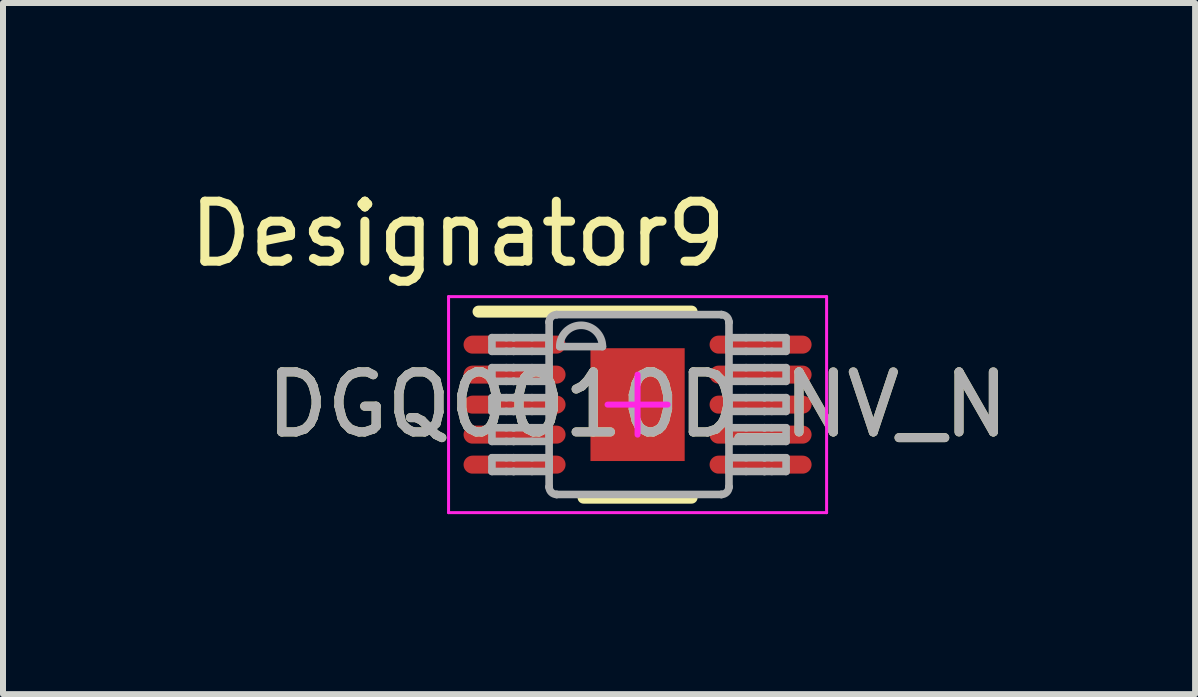
<source format=kicad_pcb>
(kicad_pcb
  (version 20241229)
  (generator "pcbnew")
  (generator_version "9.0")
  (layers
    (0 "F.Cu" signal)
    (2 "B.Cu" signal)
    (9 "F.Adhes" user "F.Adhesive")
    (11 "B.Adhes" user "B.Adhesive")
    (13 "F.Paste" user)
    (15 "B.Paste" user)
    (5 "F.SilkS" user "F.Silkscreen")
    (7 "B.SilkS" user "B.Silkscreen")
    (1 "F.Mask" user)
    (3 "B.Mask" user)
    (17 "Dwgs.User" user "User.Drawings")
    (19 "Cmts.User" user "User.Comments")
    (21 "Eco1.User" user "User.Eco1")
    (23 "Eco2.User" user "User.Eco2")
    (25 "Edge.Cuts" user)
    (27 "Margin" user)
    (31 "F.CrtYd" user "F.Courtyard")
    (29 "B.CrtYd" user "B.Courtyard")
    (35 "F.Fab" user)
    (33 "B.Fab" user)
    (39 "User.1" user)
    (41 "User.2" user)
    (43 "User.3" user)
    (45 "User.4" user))
  (footprint "DGQ0010D_NV_N"
    (layer "F.Cu")
    (at 7.575 3.693)
    (property "Reference" "DGQ0010D_NV_N" (at 0 0 0) (unlocked yes) (layer "F.SilkS") (effects (font (size 1 1) (thickness 0.15))))
    (attr smd)
    (fp_line (start -2.65 -1.55) (end 0.9 -1.55) (stroke (width 0.2) (type solid)) (layer "F.SilkS"))
    (fp_line (start -0.9 1.55) (end 0.9 1.55) (stroke (width 0.2) (type solid)) (layer "F.SilkS"))
    (fp_line (start -3.15 -1.8) (end 3.15 -1.8) (stroke (width 0.05) (type solid)) (layer "F.CrtYd"))
    (fp_line (start -3.15 1.8) (end -3.15 -1.8) (stroke (width 0.05) (type solid)) (layer "F.CrtYd"))
    (fp_line (start -3.15 1.8) (end 3.15 1.8) (stroke (width 0.05) (type solid)) (layer "F.CrtYd"))
    (fp_line (start -0.5 0) (end 0.5 0) (stroke (width 0.1) (type solid)) (layer "F.CrtYd"))
    (fp_line (start 0.000003 0.5) (end 0.000003 -0.5) (stroke (width 0.1) (type solid)) (layer "F.CrtYd"))
    (fp_line (start 3.15 1.8) (end 3.15 -1.8) (stroke (width 0.05) (type solid)) (layer "F.CrtYd"))
    (fp_line (start -2.427 -1.116) (end -2.187 -1.116) (stroke (width 0.127) (type solid)) (layer "F.Fab"))
    (fp_line (start -2.427 -0.888) (end -2.427 -1.116) (stroke (width 0.127) (type solid)) (layer "F.Fab"))
    (fp_line (start -2.427 -0.888) (end -2.187 -0.888) (stroke (width 0.127) (type solid)) (layer "F.Fab"))
    (fp_line (start -2.427 -0.616) (end -2.187 -0.616) (stroke (width 0.127) (type solid)) (layer "F.Fab"))
    (fp_line (start -2.427 -0.388) (end -2.427 -0.616) (stroke (width 0.127) (type solid)) (layer "F.Fab"))
    (fp_line (start -2.427 -0.388) (end -2.187 -0.388) (stroke (width 0.127) (type solid)) (layer "F.Fab"))
    (fp_line (start -2.427 -0.116) (end -2.187 -0.116) (stroke (width 0.127) (type solid)) (layer "F.Fab"))
    (fp_line (start -2.427 0.113) (end -2.427 -0.116) (stroke (width 0.127) (type solid)) (layer "F.Fab"))
    (fp_line (start -2.427 0.113) (end -2.187 0.113) (stroke (width 0.127) (type solid)) (layer "F.Fab"))
    (fp_line (start -2.427 0.385) (end -2.187 0.385) (stroke (width 0.127) (type solid)) (layer "F.Fab"))
    (fp_line (start -2.427 0.613) (end -2.427 0.385) (stroke (width 0.127) (type solid)) (layer "F.Fab"))
    (fp_line (start -2.427 0.613) (end -2.187 0.613) (stroke (width 0.127) (type solid)) (layer "F.Fab"))
    (fp_line (start -2.427 0.885) (end -2.187 0.885) (stroke (width 0.127) (type solid)) (layer "F.Fab"))
    (fp_line (start -2.427 1.114) (end -2.427 0.885) (stroke (width 0.127) (type solid)) (layer "F.Fab"))
    (fp_line (start -2.427 1.114) (end -2.187 1.114) (stroke (width 0.127) (type solid)) (layer "F.Fab"))
    (fp_line (start -2.187 -1.116) (end -2.067 -1.116) (stroke (width 0.127) (type solid)) (layer "F.Fab"))
    (fp_line (start -2.187 -0.888) (end -2.067 -0.888) (stroke (width 0.127) (type solid)) (layer "F.Fab"))
    (fp_line (start -2.187 -0.616) (end -2.067 -0.616) (stroke (width 0.127) (type solid)) (layer "F.Fab"))
    (fp_line (start -2.187 -0.388) (end -2.067 -0.388) (stroke (width 0.127) (type solid)) (layer "F.Fab"))
    (fp_line (start -2.187 -0.116) (end -2.067 -0.116) (stroke (width 0.127) (type solid)) (layer "F.Fab"))
    (fp_line (start -2.187 0.113) (end -2.067 0.113) (stroke (width 0.127) (type solid)) (layer "F.Fab"))
    (fp_line (start -2.187 0.385) (end -2.067 0.385) (stroke (width 0.127) (type solid)) (layer "F.Fab"))
    (fp_line (start -2.187 0.613) (end -2.067 0.613) (stroke (width 0.127) (type solid)) (layer "F.Fab"))
    (fp_line (start -2.187 0.885) (end -2.067 0.885) (stroke (width 0.127) (type solid)) (layer "F.Fab"))
    (fp_line (start -2.187 1.114) (end -2.067 1.114) (stroke (width 0.127) (type solid)) (layer "F.Fab"))
    (fp_line (start -2.067 -1.116) (end -2.064 -1.116) (stroke (width 0.127) (type solid)) (layer "F.Fab"))
    (fp_line (start -2.067 -0.888) (end -2.064 -0.888) (stroke (width 0.127) (type solid)) (layer "F.Fab"))
    (fp_line (start -2.067 -0.616) (end -2.064 -0.616) (stroke (width 0.127) (type solid)) (layer "F.Fab"))
    (fp_line (start -2.067 -0.388) (end -2.064 -0.388) (stroke (width 0.127) (type solid)) (layer "F.Fab"))
    (fp_line (start -2.067 -0.116) (end -2.064 -0.116) (stroke (width 0.127) (type solid)) (layer "F.Fab"))
    (fp_line (start -2.067 0.113) (end -2.064 0.113) (stroke (width 0.127) (type solid)) (layer "F.Fab"))
    (fp_line (start -2.067 0.385) (end -2.064 0.385) (stroke (width 0.127) (type solid)) (layer "F.Fab"))
    (fp_line (start -2.067 0.613) (end -2.064 0.613) (stroke (width 0.127) (type solid)) (layer "F.Fab"))
    (fp_line (start -2.067 0.885) (end -2.064 0.885) (stroke (width 0.127) (type solid)) (layer "F.Fab"))
    (fp_line (start -2.067 1.114) (end -2.064 1.114) (stroke (width 0.127) (type solid)) (layer "F.Fab"))
    (fp_line (start -2.064 -1.116) (end -1.76 -1.116) (stroke (width 0.127) (type solid)) (layer "F.Fab"))
    (fp_line (start -2.064 -0.888) (end -1.76 -0.888) (stroke (width 0.127) (type solid)) (layer "F.Fab"))
    (fp_line (start -2.064 -0.616) (end -1.76 -0.616) (stroke (width 0.127) (type solid)) (layer "F.Fab"))
    (fp_line (start -2.064 -0.388) (end -1.76 -0.388) (stroke (width 0.127) (type solid)) (layer "F.Fab"))
    (fp_line (start -2.064 -0.116) (end -1.76 -0.116) (stroke (width 0.127) (type solid)) (layer "F.Fab"))
    (fp_line (start -2.064 0.113) (end -1.76 0.113) (stroke (width 0.127) (type solid)) (layer "F.Fab"))
    (fp_line (start -2.064 0.385) (end -1.76 0.385) (stroke (width 0.127) (type solid)) (layer "F.Fab"))
    (fp_line (start -2.064 0.613) (end -1.76 0.613) (stroke (width 0.127) (type solid)) (layer "F.Fab"))
    (fp_line (start -2.064 0.885) (end -1.76 0.885) (stroke (width 0.127) (type solid)) (layer "F.Fab"))
    (fp_line (start -2.064 1.114) (end -1.76 1.114) (stroke (width 0.127) (type solid)) (layer "F.Fab"))
    (fp_line (start -1.76 -1.116) (end -1.474 -1.116) (stroke (width 0.127) (type solid)) (layer "F.Fab"))
    (fp_line (start -1.76 -0.888) (end -1.474 -0.888) (stroke (width 0.127) (type solid)) (layer "F.Fab"))
    (fp_line (start -1.76 -0.616) (end -1.474 -0.616) (stroke (width 0.127) (type solid)) (layer "F.Fab"))
    (fp_line (start -1.76 -0.388) (end -1.474 -0.388) (stroke (width 0.127) (type solid)) (layer "F.Fab"))
    (fp_line (start -1.76 -0.116) (end -1.474 -0.116) (stroke (width 0.127) (type solid)) (layer "F.Fab"))
    (fp_line (start -1.76 0.113) (end -1.474 0.113) (stroke (width 0.127) (type solid)) (layer "F.Fab"))
    (fp_line (start -1.76 0.385) (end -1.474 0.385) (stroke (width 0.127) (type solid)) (layer "F.Fab"))
    (fp_line (start -1.76 0.613) (end -1.474 0.613) (stroke (width 0.127) (type solid)) (layer "F.Fab"))
    (fp_line (start -1.76 0.885) (end -1.474 0.885) (stroke (width 0.127) (type solid)) (layer "F.Fab"))
    (fp_line (start -1.76 1.114) (end -1.474 1.114) (stroke (width 0.127) (type solid)) (layer "F.Fab"))
    (fp_line (start -1.474 -1.373) (end -1.474 -1.376) (stroke (width 0.127) (type solid)) (layer "F.Fab"))
    (fp_line (start -1.474 -0.888) (end -1.474 -1.116) (stroke (width 0.127) (type solid)) (layer "F.Fab"))
    (fp_line (start -1.474 -0.388) (end -1.474 -0.616) (stroke (width 0.127) (type solid)) (layer "F.Fab"))
    (fp_line (start -1.474 0.113) (end -1.474 -0.116) (stroke (width 0.127) (type solid)) (layer "F.Fab"))
    (fp_line (start -1.474 0.613) (end -1.474 0.385) (stroke (width 0.127) (type solid)) (layer "F.Fab"))
    (fp_line (start -1.474 1.114) (end -1.474 0.885) (stroke (width 0.127) (type solid)) (layer "F.Fab"))
    (fp_line (start -1.474 1.37) (end -1.474 -1.373) (stroke (width 0.127) (type solid)) (layer "F.Fab"))
    (fp_line (start -1.474 1.37) (end -1.474 1.373) (stroke (width 0.127) (type solid)) (layer "F.Fab"))
    (fp_line (start -1.35 -1.5) (end -1.347 -1.5) (stroke (width 0.127) (type solid)) (layer "F.Fab"))
    (fp_line (start -1.35 1.497) (end -1.347 1.497) (stroke (width 0.127) (type solid)) (layer "F.Fab"))
    (fp_line (start -1.347 -1.5) (end 1.396 -1.5) (stroke (width 0.127) (type solid)) (layer "F.Fab"))
    (fp_line (start -1.347 1.497) (end 1.396 1.497) (stroke (width 0.127) (type solid)) (layer "F.Fab"))
    (fp_line (start -1.296 -0.967) (end -0.585 -0.967) (stroke (width 0.127) (type solid)) (layer "F.Fab"))
    (fp_line (start 1.396 -1.5) (end 1.399 -1.5) (stroke (width 0.127) (type solid)) (layer "F.Fab"))
    (fp_line (start 1.396 1.497) (end 1.399 1.497) (stroke (width 0.127) (type solid)) (layer "F.Fab"))
    (fp_line (start 1.523 -1.376) (end 1.523 -1.373) (stroke (width 0.127) (type solid)) (layer "F.Fab"))
    (fp_line (start 1.523 1.373) (end 1.523 1.37) (stroke (width 0.127) (type solid)) (layer "F.Fab"))
    (fp_line (start 1.523 -1.116) (end 1.809 -1.116) (stroke (width 0.127) (type solid)) (layer "F.Fab"))
    (fp_line (start 1.523 -0.888) (end 1.523 -1.116) (stroke (width 0.127) (type solid)) (layer "F.Fab"))
    (fp_line (start 1.523 -0.888) (end 1.809 -0.888) (stroke (width 0.127) (type solid)) (layer "F.Fab"))
    (fp_line (start 1.523 -0.616) (end 1.809 -0.616) (stroke (width 0.127) (type solid)) (layer "F.Fab"))
    (fp_line (start 1.523 -0.388) (end 1.523 -0.616) (stroke (width 0.127) (type solid)) (layer "F.Fab"))
    (fp_line (start 1.523 -0.388) (end 1.809 -0.388) (stroke (width 0.127) (type solid)) (layer "F.Fab"))
    (fp_line (start 1.523 -0.116) (end 1.809 -0.116) (stroke (width 0.127) (type solid)) (layer "F.Fab"))
    (fp_line (start 1.523 0.113) (end 1.523 -0.116) (stroke (width 0.127) (type solid)) (layer "F.Fab"))
    (fp_line (start 1.523 0.113) (end 1.809 0.113) (stroke (width 0.127) (type solid)) (layer "F.Fab"))
    (fp_line (start 1.523 0.385) (end 1.809 0.385) (stroke (width 0.127) (type solid)) (layer "F.Fab"))
    (fp_line (start 1.523 0.613) (end 1.523 0.385) (stroke (width 0.127) (type solid)) (layer "F.Fab"))
    (fp_line (start 1.523 0.613) (end 1.809 0.613) (stroke (width 0.127) (type solid)) (layer "F.Fab"))
    (fp_line (start 1.523 0.885) (end 1.809 0.885) (stroke (width 0.127) (type solid)) (layer "F.Fab"))
    (fp_line (start 1.523 1.114) (end 1.523 0.885) (stroke (width 0.127) (type solid)) (layer "F.Fab"))
    (fp_line (start 1.523 1.114) (end 1.809 1.114) (stroke (width 0.127) (type solid)) (layer "F.Fab"))
    (fp_line (start 1.523 1.37) (end 1.523 -1.373) (stroke (width 0.127) (type solid)) (layer "F.Fab"))
    (fp_line (start 1.809 -1.116) (end 2.113 -1.116) (stroke (width 0.127) (type solid)) (layer "F.Fab"))
    (fp_line (start 1.809 -0.888) (end 2.113 -0.888) (stroke (width 0.127) (type solid)) (layer "F.Fab"))
    (fp_line (start 1.809 -0.616) (end 2.113 -0.616) (stroke (width 0.127) (type solid)) (layer "F.Fab"))
    (fp_line (start 1.809 -0.388) (end 2.113 -0.388) (stroke (width 0.127) (type solid)) (layer "F.Fab"))
    (fp_line (start 1.809 -0.116) (end 2.113 -0.116) (stroke (width 0.127) (type solid)) (layer "F.Fab"))
    (fp_line (start 1.809 0.113) (end 2.113 0.113) (stroke (width 0.127) (type solid)) (layer "F.Fab"))
    (fp_line (start 1.809 0.385) (end 2.113 0.385) (stroke (width 0.127) (type solid)) (layer "F.Fab"))
    (fp_line (start 1.809 0.613) (end 2.113 0.613) (stroke (width 0.127) (type solid)) (layer "F.Fab"))
    (fp_line (start 1.809 0.885) (end 2.113 0.885) (stroke (width 0.127) (type solid)) (layer "F.Fab"))
    (fp_line (start 1.809 1.114) (end 2.113 1.114) (stroke (width 0.127) (type solid)) (layer "F.Fab"))
    (fp_line (start 2.113 -1.116) (end 2.116 -1.116) (stroke (width 0.127) (type solid)) (layer "F.Fab"))
    (fp_line (start 2.113 -0.888) (end 2.116 -0.888) (stroke (width 0.127) (type solid)) (layer "F.Fab"))
    (fp_line (start 2.113 -0.616) (end 2.116 -0.616) (stroke (width 0.127) (type solid)) (layer "F.Fab"))
    (fp_line (start 2.113 -0.388) (end 2.116 -0.388) (stroke (width 0.127) (type solid)) (layer "F.Fab"))
    (fp_line (start 2.113 -0.116) (end 2.116 -0.116) (stroke (width 0.127) (type solid)) (layer "F.Fab"))
    (fp_line (start 2.113 0.113) (end 2.116 0.113) (stroke (width 0.127) (type solid)) (layer "F.Fab"))
    (fp_line (start 2.113 0.385) (end 2.116 0.385) (stroke (width 0.127) (type solid)) (layer "F.Fab"))
    (fp_line (start 2.113 0.613) (end 2.116 0.613) (stroke (width 0.127) (type solid)) (layer "F.Fab"))
    (fp_line (start 2.113 0.885) (end 2.116 0.885) (stroke (width 0.127) (type solid)) (layer "F.Fab"))
    (fp_line (start 2.113 1.114) (end 2.116 1.114) (stroke (width 0.127) (type solid)) (layer "F.Fab"))
    (fp_line (start 2.116 -1.116) (end 2.236 -1.116) (stroke (width 0.127) (type solid)) (layer "F.Fab"))
    (fp_line (start 2.116 -0.888) (end 2.236 -0.888) (stroke (width 0.127) (type solid)) (layer "F.Fab"))
    (fp_line (start 2.116 -0.616) (end 2.236 -0.616) (stroke (width 0.127) (type solid)) (layer "F.Fab"))
    (fp_line (start 2.116 -0.388) (end 2.236 -0.388) (stroke (width 0.127) (type solid)) (layer "F.Fab"))
    (fp_line (start 2.116 -0.116) (end 2.236 -0.116) (stroke (width 0.127) (type solid)) (layer "F.Fab"))
    (fp_line (start 2.116 0.113) (end 2.236 0.113) (stroke (width 0.127) (type solid)) (layer "F.Fab"))
    (fp_line (start 2.116 0.385) (end 2.236 0.385) (stroke (width 0.127) (type solid)) (layer "F.Fab"))
    (fp_line (start 2.116 0.613) (end 2.236 0.613) (stroke (width 0.127) (type solid)) (layer "F.Fab"))
    (fp_line (start 2.116 0.885) (end 2.236 0.885) (stroke (width 0.127) (type solid)) (layer "F.Fab"))
    (fp_line (start 2.116 1.114) (end 2.236 1.114) (stroke (width 0.127) (type solid)) (layer "F.Fab"))
    (fp_line (start 2.236 -1.116) (end 2.475 -1.116) (stroke (width 0.127) (type solid)) (layer "F.Fab"))
    (fp_line (start 2.236 -0.888) (end 2.475 -0.888) (stroke (width 0.127) (type solid)) (layer "F.Fab"))
    (fp_line (start 2.236 -0.616) (end 2.475 -0.616) (stroke (width 0.127) (type solid)) (layer "F.Fab"))
    (fp_line (start 2.236 -0.388) (end 2.475 -0.388) (stroke (width 0.127) (type solid)) (layer "F.Fab"))
    (fp_line (start 2.236 -0.116) (end 2.475 -0.116) (stroke (width 0.127) (type solid)) (layer "F.Fab"))
    (fp_line (start 2.236 0.113) (end 2.475 0.113) (stroke (width 0.127) (type solid)) (layer "F.Fab"))
    (fp_line (start 2.236 0.385) (end 2.475 0.385) (stroke (width 0.127) (type solid)) (layer "F.Fab"))
    (fp_line (start 2.236 0.613) (end 2.475 0.613) (stroke (width 0.127) (type solid)) (layer "F.Fab"))
    (fp_line (start 2.236 0.885) (end 2.475 0.885) (stroke (width 0.127) (type solid)) (layer "F.Fab"))
    (fp_line (start 2.236 1.114) (end 2.475 1.114) (stroke (width 0.127) (type solid)) (layer "F.Fab"))
    (fp_line (start 2.475 -0.888) (end 2.475 -1.116) (stroke (width 0.127) (type solid)) (layer "F.Fab"))
    (fp_line (start 2.475 -0.388) (end 2.475 -0.616) (stroke (width 0.127) (type solid)) (layer "F.Fab"))
    (fp_line (start 2.475 0.113) (end 2.475 -0.116) (stroke (width 0.127) (type solid)) (layer "F.Fab"))
    (fp_line (start 2.475 0.613) (end 2.475 0.385) (stroke (width 0.127) (type solid)) (layer "F.Fab"))
    (fp_line (start 2.475 1.114) (end 2.475 0.885) (stroke (width 0.127) (type solid)) (layer "F.Fab"))
    (fp_arc (start -1.474232 -1.375768) (mid -1.437062 -1.46283) (end -1.35 -1.5) (stroke (width 0.127) (type solid)) (layer "F.Fab"))
    (fp_arc (start -1.35 1.49715) (mid -1.437062 1.45998) (end -1.474232 1.372918) (stroke (width 0.127) (type solid)) (layer "F.Fab"))
    (fp_arc (start -1.296457 -0.966625) (mid -0.940857 -1.322225) (end -0.585257 -0.966625) (stroke (width 0.127) (type solid)) (layer "F.Fab"))
    (fp_arc (start 1.398686 -1.5) (mid 1.485749 -1.46283) (end 1.522919 -1.375768) (stroke (width 0.127) (type solid)) (layer "F.Fab"))
    (fp_arc (start 1.522919 1.372918) (mid 1.485749 1.45998) (end 1.398686 1.49715) (stroke (width 0.127) (type solid)) (layer "F.Fab"))
    (fp_text user "Designator9" (at -2.997 -2.845 0) (unlocked yes) (layer "F.SilkS") (effects (font (size 1 1) (thickness 0.15))))
    (fp_text user "${REFERENCE}" (at 0 0 0) (unlocked yes) (layer "F.Fab") (effects (font (size 1 1) (thickness 0.15))))
    (pad "1" smd oval (at -2.05 -1 90) (size 0.3 1.7) (layers "F.Cu" "F.Mask" "F.Paste"))
    (pad "2" smd oval (at -2.05 -0.5 90) (size 0.3 1.7) (layers "F.Cu" "F.Mask" "F.Paste"))
    (pad "3" smd oval (at -2.05 0 90) (size 0.3 1.7) (layers "F.Cu" "F.Mask" "F.Paste"))
    (pad "4" smd oval (at -2.05 0.5 90) (size 0.3 1.7) (layers "F.Cu" "F.Mask" "F.Paste"))
    (pad "5" smd oval (at -2.05 1 90) (size 0.3 1.7) (layers "F.Cu" "F.Mask" "F.Paste"))
    (pad "6" smd oval (at 2.05 1 90) (size 0.3 1.7) (layers "F.Cu" "F.Mask" "F.Paste"))
    (pad "7" smd oval (at 2.05 0.5 90) (size 0.3 1.7) (layers "F.Cu" "F.Mask" "F.Paste"))
    (pad "8" smd oval (at 2.05 0 90) (size 0.3 1.7) (layers "F.Cu" "F.Mask" "F.Paste"))
    (pad "9" smd oval (at 2.05 -0.5 90) (size 0.3 1.7) (layers "F.Cu" "F.Mask" "F.Paste"))
    (pad "10" smd oval (at 2.05 -1 90) (size 0.3 1.7) (layers "F.Cu" "F.Mask" "F.Paste"))
    (pad "11" smd rect (at 0 0) (size 1.57 1.88) (layers "F.Cu" "F.Mask" "F.Paste")))
  (gr_rect
    (start -3 -3)
    (end 16.866 8.518)
    (stroke (width 0.1) (type default))
    (fill no)
    (layer "Edge.Cuts")))
</source>
